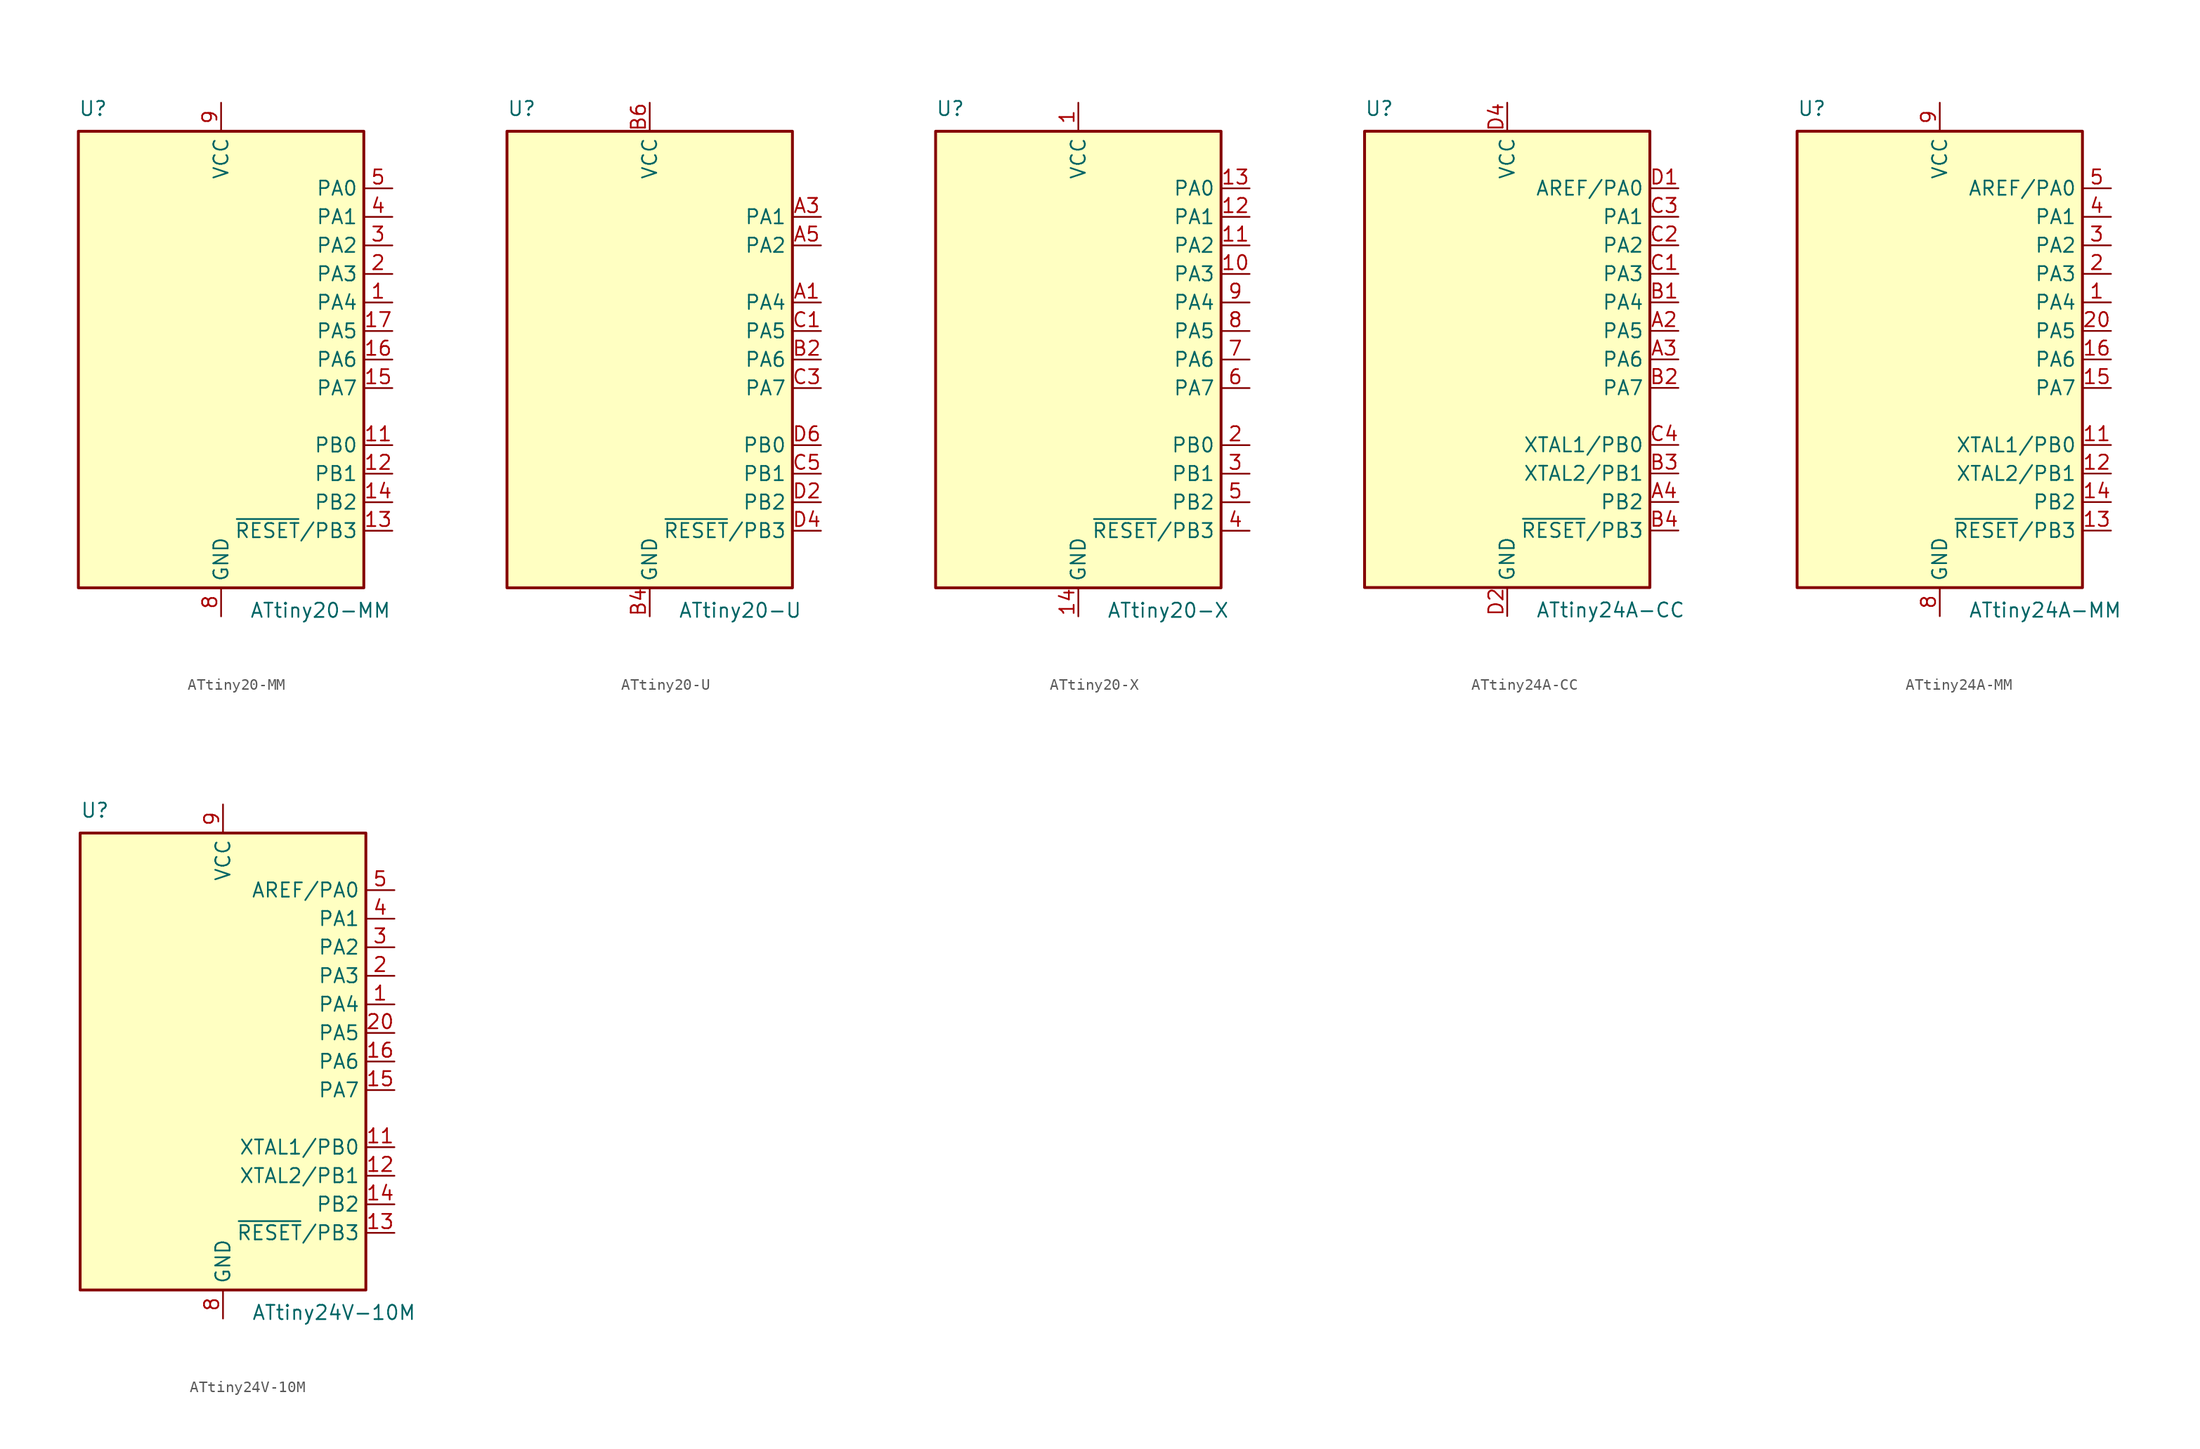
<source format=kicad_sym>
(kicad_symbol_lib
  (version 20201005)
  (generator kicad_symbol_editor)
  (symbol "ATtiny20-MM"
    (property "Reference" "U"
      (at -12.7 21.59 0)
      (effects (font (size 1.27 1.27)) (justify left bottom)))
    (property "Value" "ATtiny20-MM"
      (at 2.54 -21.59 0)
      (effects (font (size 1.27 1.27)) (justify left top)))
    (symbol "ATtiny20-MM_0_1"
      (rectangle (start -12.7 -20.32) (end 12.7 20.32) (stroke (width 0.254)) (fill (type background))))
    (symbol "ATtiny20-MM_1_1"
      (pin bidirectional line (at 15.24 5.08 180) (length 2.54) (name "PA4" (effects (font (size 1.27 1.27)))) (number "1" (effects (font (size 1.27 1.27)))))
      (pin no_connect line (at -12.7 -10.16 0) (length 2.54) hide (name "NC" (effects (font (size 1.27 1.27)))) (number "10" (effects (font (size 1.27 1.27)))))
      (pin bidirectional line (at 15.24 -7.62 180) (length 2.54) (name "PB0" (effects (font (size 1.27 1.27)))) (number "11" (effects (font (size 1.27 1.27)))))
      (pin bidirectional line (at 15.24 -10.16 180) (length 2.54) (name "PB1" (effects (font (size 1.27 1.27)))) (number "12" (effects (font (size 1.27 1.27)))))
      (pin bidirectional line (at 15.24 -15.24 180) (length 2.54) (name "~RESET~/PB3" (effects (font (size 1.27 1.27)))) (number "13" (effects (font (size 1.27 1.27)))))
      (pin bidirectional line (at 15.24 -12.7 180) (length 2.54) (name "PB2" (effects (font (size 1.27 1.27)))) (number "14" (effects (font (size 1.27 1.27)))))
      (pin bidirectional line (at 15.24 -2.54 180) (length 2.54) (name "PA7" (effects (font (size 1.27 1.27)))) (number "15" (effects (font (size 1.27 1.27)))))
      (pin bidirectional line (at 15.24 0 180) (length 2.54) (name "PA6" (effects (font (size 1.27 1.27)))) (number "16" (effects (font (size 1.27 1.27)))))
      (pin bidirectional line (at 15.24 2.54 180) (length 2.54) (name "PA5" (effects (font (size 1.27 1.27)))) (number "17" (effects (font (size 1.27 1.27)))))
      (pin no_connect line (at -12.7 -12.7 0) (length 2.54) hide (name "NC" (effects (font (size 1.27 1.27)))) (number "18" (effects (font (size 1.27 1.27)))))
      (pin no_connect line (at -12.7 -15.24 0) (length 2.54) hide (name "NC" (effects (font (size 1.27 1.27)))) (number "19" (effects (font (size 1.27 1.27)))))
      (pin bidirectional line (at 15.24 7.62 180) (length 2.54) (name "PA3" (effects (font (size 1.27 1.27)))) (number "2" (effects (font (size 1.27 1.27)))))
      (pin no_connect line (at -12.7 -17.78 0) (length 2.54) hide (name "NC" (effects (font (size 1.27 1.27)))) (number "20" (effects (font (size 1.27 1.27)))))
      (pin passive line (at 0 -22.86 90) (length 2.54) hide (name "GND" (effects (font (size 1.27 1.27)))) (number "21" (effects (font (size 1.27 1.27)))))
      (pin bidirectional line (at 15.24 10.16 180) (length 2.54) (name "PA2" (effects (font (size 1.27 1.27)))) (number "3" (effects (font (size 1.27 1.27)))))
      (pin bidirectional line (at 15.24 12.7 180) (length 2.54) (name "PA1" (effects (font (size 1.27 1.27)))) (number "4" (effects (font (size 1.27 1.27)))))
      (pin bidirectional line (at 15.24 15.24 180) (length 2.54) (name "PA0" (effects (font (size 1.27 1.27)))) (number "5" (effects (font (size 1.27 1.27)))))
      (pin no_connect line (at -12.7 -5.08 0) (length 2.54) hide (name "NC" (effects (font (size 1.27 1.27)))) (number "6" (effects (font (size 1.27 1.27)))))
      (pin no_connect line (at -12.7 -7.62 0) (length 2.54) hide (name "NC" (effects (font (size 1.27 1.27)))) (number "7" (effects (font (size 1.27 1.27)))))
      (pin power_in line (at 0 -22.86 90) (length 2.54) (name "GND" (effects (font (size 1.27 1.27)))) (number "8" (effects (font (size 1.27 1.27)))))
      (pin power_in line (at 0 22.86 270) (length 2.54) (name "VCC" (effects (font (size 1.27 1.27)))) (number "9" (effects (font (size 1.27 1.27)))))))
  (symbol "ATtiny20-U"
    (property "Reference" "U"
      (at -12.7 21.59 0)
      (effects (font (size 1.27 1.27)) (justify left bottom)))
    (property "Value" "ATtiny20-U"
      (at 2.54 -21.59 0)
      (effects (font (size 1.27 1.27)) (justify left top)))
    (symbol "ATtiny20-U_0_1"
      (rectangle (start -12.7 -20.32) (end 12.7 20.32) (stroke (width 0.254)) (fill (type background))))
    (symbol "ATtiny20-U_1_1"
      (pin bidirectional line (at 15.24 5.08 180) (length 2.54) (name "PA4" (effects (font (size 1.27 1.27)))) (number "A1" (effects (font (size 1.27 1.27)))))
      (pin bidirectional line (at 15.24 12.7 180) (length 2.54) (name "PA1" (effects (font (size 1.27 1.27)))) (number "A3" (effects (font (size 1.27 1.27)))))
      (pin bidirectional line (at 15.24 10.16 180) (length 2.54) (name "PA2" (effects (font (size 1.27 1.27)))) (number "A5" (effects (font (size 1.27 1.27)))))
      (pin bidirectional line (at 15.24 0 180) (length 2.54) (name "PA6" (effects (font (size 1.27 1.27)))) (number "B2" (effects (font (size 1.27 1.27)))))
      (pin power_in line (at 0 -22.86 90) (length 2.54) (name "GND" (effects (font (size 1.27 1.27)))) (number "B4" (effects (font (size 1.27 1.27)))))
      (pin power_in line (at 0 22.86 270) (length 2.54) (name "VCC" (effects (font (size 1.27 1.27)))) (number "B6" (effects (font (size 1.27 1.27)))))
      (pin bidirectional line (at 15.24 2.54 180) (length 2.54) (name "PA5" (effects (font (size 1.27 1.27)))) (number "C1" (effects (font (size 1.27 1.27)))))
      (pin bidirectional line (at 15.24 -2.54 180) (length 2.54) (name "PA7" (effects (font (size 1.27 1.27)))) (number "C3" (effects (font (size 1.27 1.27)))))
      (pin bidirectional line (at 15.24 -10.16 180) (length 2.54) (name "PB1" (effects (font (size 1.27 1.27)))) (number "C5" (effects (font (size 1.27 1.27)))))
      (pin bidirectional line (at 15.24 -12.7 180) (length 2.54) (name "PB2" (effects (font (size 1.27 1.27)))) (number "D2" (effects (font (size 1.27 1.27)))))
      (pin bidirectional line (at 15.24 -15.24 180) (length 2.54) (name "~RESET~/PB3" (effects (font (size 1.27 1.27)))) (number "D4" (effects (font (size 1.27 1.27)))))
      (pin bidirectional line (at 15.24 -7.62 180) (length 2.54) (name "PB0" (effects (font (size 1.27 1.27)))) (number "D6" (effects (font (size 1.27 1.27)))))))
  (symbol "ATtiny20-X"
    (property "Reference" "U"
      (at -12.7 21.59 0)
      (effects (font (size 1.27 1.27)) (justify left bottom)))
    (property "Value" "ATtiny20-X"
      (at 2.54 -21.59 0)
      (effects (font (size 1.27 1.27)) (justify left top)))
    (symbol "ATtiny20-X_0_1"
      (rectangle (start -12.7 -20.32) (end 12.7 20.32) (stroke (width 0.254)) (fill (type background))))
    (symbol "ATtiny20-X_1_1"
      (pin power_in line (at 0 22.86 270) (length 2.54) (name "VCC" (effects (font (size 1.27 1.27)))) (number "1" (effects (font (size 1.27 1.27)))))
      (pin bidirectional line (at 15.24 7.62 180) (length 2.54) (name "PA3" (effects (font (size 1.27 1.27)))) (number "10" (effects (font (size 1.27 1.27)))))
      (pin bidirectional line (at 15.24 10.16 180) (length 2.54) (name "PA2" (effects (font (size 1.27 1.27)))) (number "11" (effects (font (size 1.27 1.27)))))
      (pin bidirectional line (at 15.24 12.7 180) (length 2.54) (name "PA1" (effects (font (size 1.27 1.27)))) (number "12" (effects (font (size 1.27 1.27)))))
      (pin bidirectional line (at 15.24 15.24 180) (length 2.54) (name "PA0" (effects (font (size 1.27 1.27)))) (number "13" (effects (font (size 1.27 1.27)))))
      (pin power_in line (at 0 -22.86 90) (length 2.54) (name "GND" (effects (font (size 1.27 1.27)))) (number "14" (effects (font (size 1.27 1.27)))))
      (pin bidirectional line (at 15.24 -7.62 180) (length 2.54) (name "PB0" (effects (font (size 1.27 1.27)))) (number "2" (effects (font (size 1.27 1.27)))))
      (pin bidirectional line (at 15.24 -10.16 180) (length 2.54) (name "PB1" (effects (font (size 1.27 1.27)))) (number "3" (effects (font (size 1.27 1.27)))))
      (pin bidirectional line (at 15.24 -15.24 180) (length 2.54) (name "~RESET~/PB3" (effects (font (size 1.27 1.27)))) (number "4" (effects (font (size 1.27 1.27)))))
      (pin bidirectional line (at 15.24 -12.7 180) (length 2.54) (name "PB2" (effects (font (size 1.27 1.27)))) (number "5" (effects (font (size 1.27 1.27)))))
      (pin bidirectional line (at 15.24 -2.54 180) (length 2.54) (name "PA7" (effects (font (size 1.27 1.27)))) (number "6" (effects (font (size 1.27 1.27)))))
      (pin bidirectional line (at 15.24 0 180) (length 2.54) (name "PA6" (effects (font (size 1.27 1.27)))) (number "7" (effects (font (size 1.27 1.27)))))
      (pin bidirectional line (at 15.24 2.54 180) (length 2.54) (name "PA5" (effects (font (size 1.27 1.27)))) (number "8" (effects (font (size 1.27 1.27)))))
      (pin bidirectional line (at 15.24 5.08 180) (length 2.54) (name "PA4" (effects (font (size 1.27 1.27)))) (number "9" (effects (font (size 1.27 1.27)))))))
  (symbol "ATtiny24A-CC"
    (property "Reference" "U"
      (at -12.7 21.59 0)
      (effects (font (size 1.27 1.27)) (justify left bottom)))
    (property "Value" "ATtiny24A-CC"
      (at 2.54 -21.59 0)
      (effects (font (size 1.27 1.27)) (justify left top)))
    (symbol "ATtiny24A-CC_0_1"
      (rectangle (start -12.7 -20.32) (end 12.7 20.32) (stroke (width 0.254)) (fill (type background))))
    (symbol "ATtiny24A-CC_1_1"
      (pin bidirectional line (at 15.24 2.54 180) (length 2.54) (name "PA5" (effects (font (size 1.27 1.27)))) (number "A2" (effects (font (size 1.27 1.27)))))
      (pin bidirectional line (at 15.24 0 180) (length 2.54) (name "PA6" (effects (font (size 1.27 1.27)))) (number "A3" (effects (font (size 1.27 1.27)))))
      (pin bidirectional line (at 15.24 -12.7 180) (length 2.54) (name "PB2" (effects (font (size 1.27 1.27)))) (number "A4" (effects (font (size 1.27 1.27)))))
      (pin bidirectional line (at 15.24 5.08 180) (length 2.54) (name "PA4" (effects (font (size 1.27 1.27)))) (number "B1" (effects (font (size 1.27 1.27)))))
      (pin bidirectional line (at 15.24 -2.54 180) (length 2.54) (name "PA7" (effects (font (size 1.27 1.27)))) (number "B2" (effects (font (size 1.27 1.27)))))
      (pin bidirectional line (at 15.24 -10.16 180) (length 2.54) (name "XTAL2/PB1" (effects (font (size 1.27 1.27)))) (number "B3" (effects (font (size 1.27 1.27)))))
      (pin bidirectional line (at 15.24 -15.24 180) (length 2.54) (name "~RESET~/PB3" (effects (font (size 1.27 1.27)))) (number "B4" (effects (font (size 1.27 1.27)))))
      (pin bidirectional line (at 15.24 7.62 180) (length 2.54) (name "PA3" (effects (font (size 1.27 1.27)))) (number "C1" (effects (font (size 1.27 1.27)))))
      (pin bidirectional line (at 15.24 10.16 180) (length 2.54) (name "PA2" (effects (font (size 1.27 1.27)))) (number "C2" (effects (font (size 1.27 1.27)))))
      (pin bidirectional line (at 15.24 12.7 180) (length 2.54) (name "PA1" (effects (font (size 1.27 1.27)))) (number "C3" (effects (font (size 1.27 1.27)))))
      (pin bidirectional line (at 15.24 -7.62 180) (length 2.54) (name "XTAL1/PB0" (effects (font (size 1.27 1.27)))) (number "C4" (effects (font (size 1.27 1.27)))))
      (pin bidirectional line (at 15.24 15.24 180) (length 2.54) (name "AREF/PA0" (effects (font (size 1.27 1.27)))) (number "D1" (effects (font (size 1.27 1.27)))))
      (pin power_in line (at 0 -22.86 90) (length 2.54) (name "GND" (effects (font (size 1.27 1.27)))) (number "D2" (effects (font (size 1.27 1.27)))))
      (pin passive line (at 0 -22.86 90) (length 2.54) hide (name "GND" (effects (font (size 1.27 1.27)))) (number "D3" (effects (font (size 1.27 1.27)))))
      (pin power_in line (at 0 22.86 270) (length 2.54) (name "VCC" (effects (font (size 1.27 1.27)))) (number "D4" (effects (font (size 1.27 1.27)))))))
  (symbol "ATtiny24A-MM"
    (property "Reference" "U"
      (at -12.7 21.59 0)
      (effects (font (size 1.27 1.27)) (justify left bottom)))
    (property "Value" "ATtiny24A-MM"
      (at 2.54 -21.59 0)
      (effects (font (size 1.27 1.27)) (justify left top)))
    (symbol "ATtiny24A-MM_0_1"
      (rectangle (start -12.7 -20.32) (end 12.7 20.32) (stroke (width 0.254)) (fill (type background))))
    (symbol "ATtiny24A-MM_1_1"
      (pin bidirectional line (at 15.24 5.08 180) (length 2.54) (name "PA4" (effects (font (size 1.27 1.27)))) (number "1" (effects (font (size 1.27 1.27)))))
      (pin no_connect line (at -12.7 -10.16 0) (length 2.54) hide (name "NC" (effects (font (size 1.27 1.27)))) (number "10" (effects (font (size 1.27 1.27)))))
      (pin bidirectional line (at 15.24 -7.62 180) (length 2.54) (name "XTAL1/PB0" (effects (font (size 1.27 1.27)))) (number "11" (effects (font (size 1.27 1.27)))))
      (pin bidirectional line (at 15.24 -10.16 180) (length 2.54) (name "XTAL2/PB1" (effects (font (size 1.27 1.27)))) (number "12" (effects (font (size 1.27 1.27)))))
      (pin bidirectional line (at 15.24 -15.24 180) (length 2.54) (name "~RESET~/PB3" (effects (font (size 1.27 1.27)))) (number "13" (effects (font (size 1.27 1.27)))))
      (pin bidirectional line (at 15.24 -12.7 180) (length 2.54) (name "PB2" (effects (font (size 1.27 1.27)))) (number "14" (effects (font (size 1.27 1.27)))))
      (pin bidirectional line (at 15.24 -2.54 180) (length 2.54) (name "PA7" (effects (font (size 1.27 1.27)))) (number "15" (effects (font (size 1.27 1.27)))))
      (pin bidirectional line (at 15.24 0 180) (length 2.54) (name "PA6" (effects (font (size 1.27 1.27)))) (number "16" (effects (font (size 1.27 1.27)))))
      (pin no_connect line (at -12.7 -12.7 0) (length 2.54) hide (name "NC" (effects (font (size 1.27 1.27)))) (number "17" (effects (font (size 1.27 1.27)))))
      (pin no_connect line (at -12.7 -15.24 0) (length 2.54) hide (name "NC" (effects (font (size 1.27 1.27)))) (number "18" (effects (font (size 1.27 1.27)))))
      (pin no_connect line (at -12.7 -17.78 0) (length 2.54) hide (name "NC" (effects (font (size 1.27 1.27)))) (number "19" (effects (font (size 1.27 1.27)))))
      (pin bidirectional line (at 15.24 7.62 180) (length 2.54) (name "PA3" (effects (font (size 1.27 1.27)))) (number "2" (effects (font (size 1.27 1.27)))))
      (pin bidirectional line (at 15.24 2.54 180) (length 2.54) (name "PA5" (effects (font (size 1.27 1.27)))) (number "20" (effects (font (size 1.27 1.27)))))
      (pin passive line (at 0 -22.86 90) (length 2.54) hide (name "GND" (effects (font (size 1.27 1.27)))) (number "21" (effects (font (size 1.27 1.27)))))
      (pin bidirectional line (at 15.24 10.16 180) (length 2.54) (name "PA2" (effects (font (size 1.27 1.27)))) (number "3" (effects (font (size 1.27 1.27)))))
      (pin bidirectional line (at 15.24 12.7 180) (length 2.54) (name "PA1" (effects (font (size 1.27 1.27)))) (number "4" (effects (font (size 1.27 1.27)))))
      (pin bidirectional line (at 15.24 15.24 180) (length 2.54) (name "AREF/PA0" (effects (font (size 1.27 1.27)))) (number "5" (effects (font (size 1.27 1.27)))))
      (pin no_connect line (at -12.7 -5.08 0) (length 2.54) hide (name "NC" (effects (font (size 1.27 1.27)))) (number "6" (effects (font (size 1.27 1.27)))))
      (pin no_connect line (at -12.7 -7.62 0) (length 2.54) hide (name "NC" (effects (font (size 1.27 1.27)))) (number "7" (effects (font (size 1.27 1.27)))))
      (pin power_in line (at 0 -22.86 90) (length 2.54) (name "GND" (effects (font (size 1.27 1.27)))) (number "8" (effects (font (size 1.27 1.27)))))
      (pin power_in line (at 0 22.86 270) (length 2.54) (name "VCC" (effects (font (size 1.27 1.27)))) (number "9" (effects (font (size 1.27 1.27)))))))
  (symbol "ATtiny24V-10M"
    (property "Reference" "U"
      (at -12.7 21.59 0)
      (effects (font (size 1.27 1.27)) (justify left bottom)))
    (property "Value" "ATtiny24V-10M"
      (at 2.54 -21.59 0)
      (effects (font (size 1.27 1.27)) (justify left top)))
    (symbol "ATtiny24V-10M_0_1"
      (rectangle (start -12.7 -20.32) (end 12.7 20.32) (stroke (width 0.254)) (fill (type background))))
    (symbol "ATtiny24V-10M_1_1"
      (pin bidirectional line (at 15.24 5.08 180) (length 2.54) (name "PA4" (effects (font (size 1.27 1.27)))) (number "1" (effects (font (size 1.27 1.27)))))
      (pin no_connect line (at -12.7 -10.16 0) (length 2.54) hide (name "NC" (effects (font (size 1.27 1.27)))) (number "10" (effects (font (size 1.27 1.27)))))
      (pin bidirectional line (at 15.24 -7.62 180) (length 2.54) (name "XTAL1/PB0" (effects (font (size 1.27 1.27)))) (number "11" (effects (font (size 1.27 1.27)))))
      (pin bidirectional line (at 15.24 -10.16 180) (length 2.54) (name "XTAL2/PB1" (effects (font (size 1.27 1.27)))) (number "12" (effects (font (size 1.27 1.27)))))
      (pin bidirectional line (at 15.24 -15.24 180) (length 2.54) (name "~RESET~/PB3" (effects (font (size 1.27 1.27)))) (number "13" (effects (font (size 1.27 1.27)))))
      (pin bidirectional line (at 15.24 -12.7 180) (length 2.54) (name "PB2" (effects (font (size 1.27 1.27)))) (number "14" (effects (font (size 1.27 1.27)))))
      (pin bidirectional line (at 15.24 -2.54 180) (length 2.54) (name "PA7" (effects (font (size 1.27 1.27)))) (number "15" (effects (font (size 1.27 1.27)))))
      (pin bidirectional line (at 15.24 0 180) (length 2.54) (name "PA6" (effects (font (size 1.27 1.27)))) (number "16" (effects (font (size 1.27 1.27)))))
      (pin no_connect line (at -12.7 -12.7 0) (length 2.54) hide (name "NC" (effects (font (size 1.27 1.27)))) (number "17" (effects (font (size 1.27 1.27)))))
      (pin no_connect line (at -12.7 -15.24 0) (length 2.54) hide (name "NC" (effects (font (size 1.27 1.27)))) (number "18" (effects (font (size 1.27 1.27)))))
      (pin no_connect line (at -12.7 -17.78 0) (length 2.54) hide (name "NC" (effects (font (size 1.27 1.27)))) (number "19" (effects (font (size 1.27 1.27)))))
      (pin bidirectional line (at 15.24 7.62 180) (length 2.54) (name "PA3" (effects (font (size 1.27 1.27)))) (number "2" (effects (font (size 1.27 1.27)))))
      (pin bidirectional line (at 15.24 2.54 180) (length 2.54) (name "PA5" (effects (font (size 1.27 1.27)))) (number "20" (effects (font (size 1.27 1.27)))))
      (pin passive line (at 0 -22.86 90) (length 2.54) hide (name "GND" (effects (font (size 1.27 1.27)))) (number "21" (effects (font (size 1.27 1.27)))))
      (pin bidirectional line (at 15.24 10.16 180) (length 2.54) (name "PA2" (effects (font (size 1.27 1.27)))) (number "3" (effects (font (size 1.27 1.27)))))
      (pin bidirectional line (at 15.24 12.7 180) (length 2.54) (name "PA1" (effects (font (size 1.27 1.27)))) (number "4" (effects (font (size 1.27 1.27)))))
      (pin bidirectional line (at 15.24 15.24 180) (length 2.54) (name "AREF/PA0" (effects (font (size 1.27 1.27)))) (number "5" (effects (font (size 1.27 1.27)))))
      (pin no_connect line (at -12.7 -5.08 0) (length 2.54) hide (name "NC" (effects (font (size 1.27 1.27)))) (number "6" (effects (font (size 1.27 1.27)))))
      (pin no_connect line (at -12.7 -7.62 0) (length 2.54) hide (name "NC" (effects (font (size 1.27 1.27)))) (number "7" (effects (font (size 1.27 1.27)))))
      (pin power_in line (at 0 -22.86 90) (length 2.54) (name "GND" (effects (font (size 1.27 1.27)))) (number "8" (effects (font (size 1.27 1.27)))))
      (pin power_in line (at 0 22.86 270) (length 2.54) (name "VCC" (effects (font (size 1.27 1.27)))) (number "9" (effects (font (size 1.27 1.27))))))))
</source>
